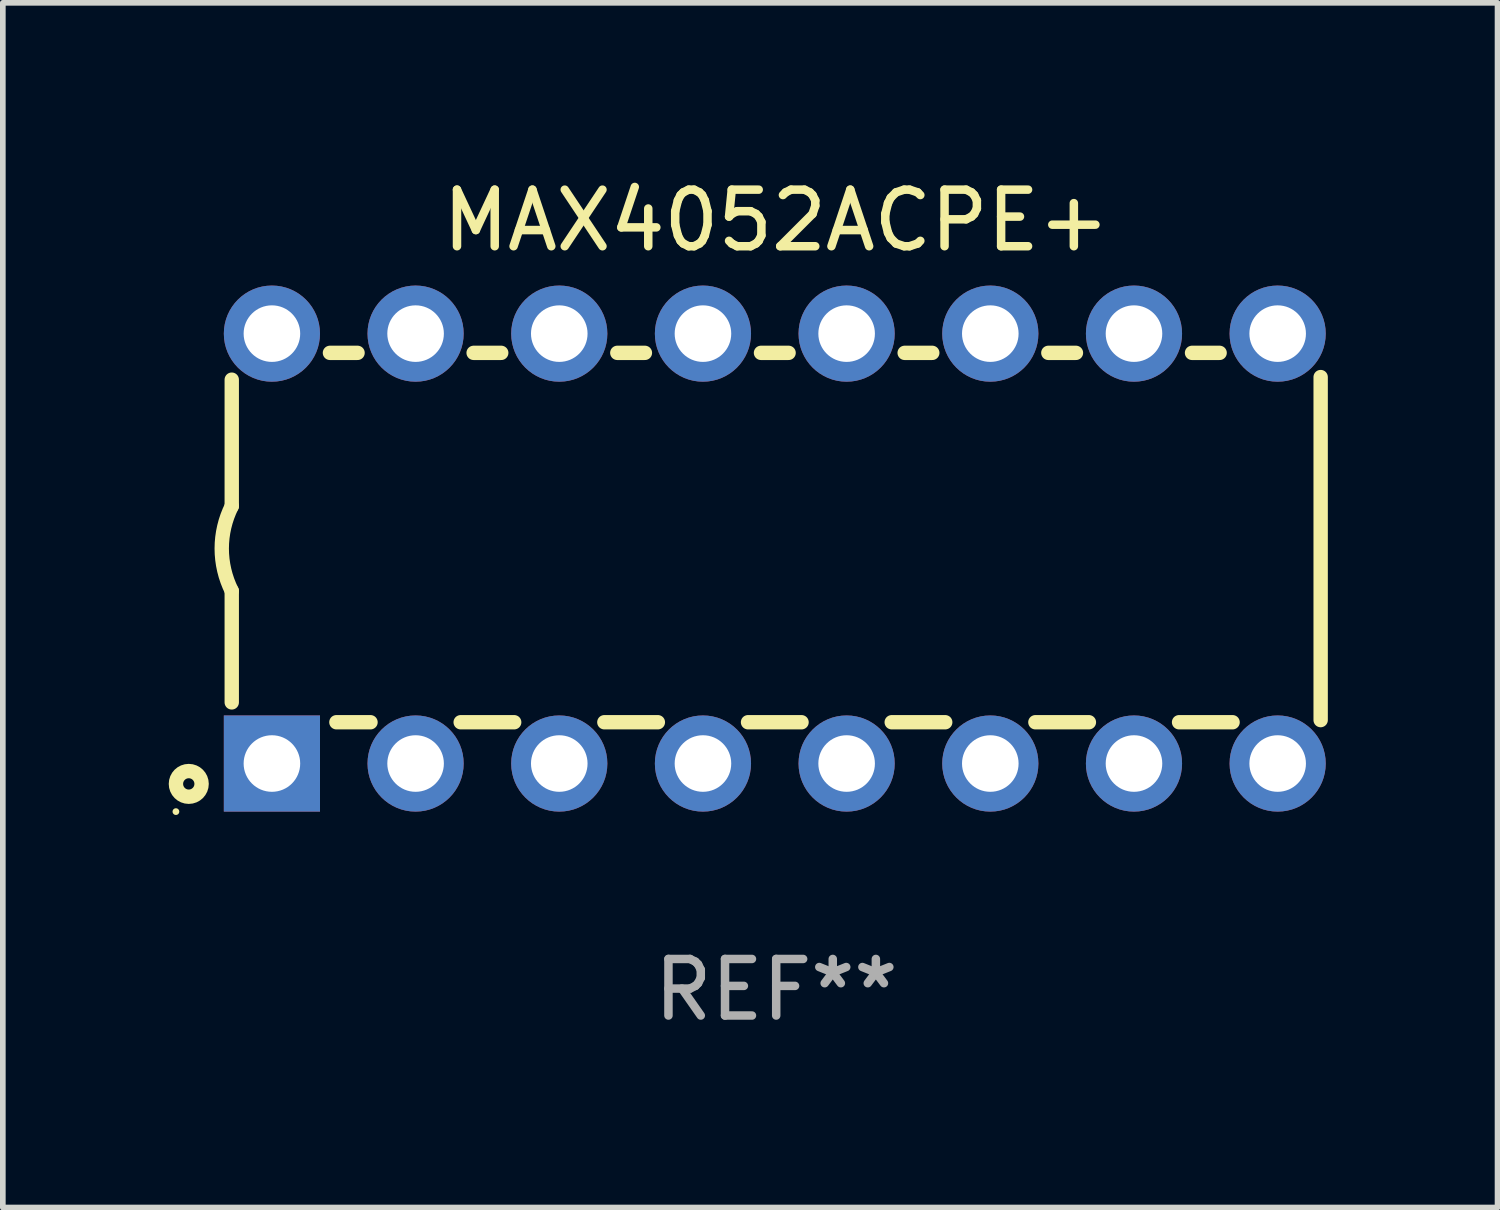
<source format=kicad_pcb>
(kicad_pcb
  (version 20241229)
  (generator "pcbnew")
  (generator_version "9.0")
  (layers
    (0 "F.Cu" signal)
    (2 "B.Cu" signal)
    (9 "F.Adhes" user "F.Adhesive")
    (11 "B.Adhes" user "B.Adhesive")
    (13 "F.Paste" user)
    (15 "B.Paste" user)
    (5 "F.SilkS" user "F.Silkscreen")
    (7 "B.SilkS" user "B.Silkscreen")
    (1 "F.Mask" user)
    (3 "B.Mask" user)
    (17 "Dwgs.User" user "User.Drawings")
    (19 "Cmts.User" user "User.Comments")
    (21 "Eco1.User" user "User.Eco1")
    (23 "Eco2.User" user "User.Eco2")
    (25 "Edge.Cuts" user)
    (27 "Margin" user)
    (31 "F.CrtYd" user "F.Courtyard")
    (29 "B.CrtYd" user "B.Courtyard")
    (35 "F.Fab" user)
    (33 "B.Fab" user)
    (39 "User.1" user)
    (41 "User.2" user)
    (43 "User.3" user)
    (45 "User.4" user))
  (footprint "MAX4052ACPE+"
    (layer "F.Cu")
    (at 10.672 6.648)
    (property "Reference" "MAX4052ACPE+" (at 0 -5.8 0) (layer "F.SilkS") (effects (font (size 1 1) (thickness 0.15))))
    (attr through_hole)
    (fp_line (start -9.625 -0.75) (end -9.625 -2.986) (stroke (width 0.254) (type solid)) (layer "F.SilkS"))
    (fp_line (start -9.625 0.749) (end -9.625 2.719) (stroke (width 0.254) (type solid)) (layer "F.SilkS"))
    (fp_line (start -7.889 -3.46) (end -7.401 -3.46) (stroke (width 0.254) (type solid)) (layer "F.SilkS"))
    (fp_line (start -7.775 3.07) (end -7.172 3.07) (stroke (width 0.254) (type solid)) (layer "F.SilkS"))
    (fp_line (start -5.578 3.07) (end -4.632 3.07) (stroke (width 0.254) (type solid)) (layer "F.SilkS"))
    (fp_line (start -5.349 -3.46) (end -4.861 -3.46) (stroke (width 0.254) (type solid)) (layer "F.SilkS"))
    (fp_line (start -3.038 3.07) (end -2.092 3.07) (stroke (width 0.254) (type solid)) (layer "F.SilkS"))
    (fp_line (start -2.809 -3.46) (end -2.321 -3.46) (stroke (width 0.254) (type solid)) (layer "F.SilkS"))
    (fp_line (start -0.498 3.07) (end 0.448 3.07) (stroke (width 0.254) (type solid)) (layer "F.SilkS"))
    (fp_line (start -0.269 -3.46) (end 0.219 -3.46) (stroke (width 0.254) (type solid)) (layer "F.SilkS"))
    (fp_line (start 2.042 3.07) (end 2.988 3.07) (stroke (width 0.254) (type solid)) (layer "F.SilkS"))
    (fp_line (start 2.271 -3.46) (end 2.759 -3.46) (stroke (width 0.254) (type solid)) (layer "F.SilkS"))
    (fp_line (start 4.582 3.07) (end 5.528 3.07) (stroke (width 0.254) (type solid)) (layer "F.SilkS"))
    (fp_line (start 4.811 -3.46) (end 5.299 -3.46) (stroke (width 0.254) (type solid)) (layer "F.SilkS"))
    (fp_line (start 7.122 3.07) (end 8.068 3.07) (stroke (width 0.254) (type solid)) (layer "F.SilkS"))
    (fp_line (start 7.351 -3.46) (end 7.839 -3.46) (stroke (width 0.254) (type solid)) (layer "F.SilkS"))
    (fp_line (start 9.625 3.032) (end 9.625 -3.032) (stroke (width 0.254) (type solid)) (layer "F.SilkS"))
    (fp_arc (start -9.624993 0.748819) (mid -9.801912 -0.000581) (end -9.625019 -0.749987) (stroke (width 0.254001) (type solid)) (layer "F.SilkS"))
    (fp_circle (center -10.612 4.65) (end -10.582 4.65) (stroke (width 0.06) (type solid)) (fill no) (layer "F.SilkS"))
    (fp_circle (center -10.385 4.16) (end -10.285 4.16) (stroke (width 0.254) (type solid)) (fill no) (layer "F.SilkS"))
    (fp_text user "REF**" (at 0 7.8 0) (layer "F.Fab") (effects (font (size 1 1) (thickness 0.15))))
    (pad "1" thru_hole rect (at -8.915 3.8 90) (size 1.7 1.7) (drill 1) (layers "*.Cu" "*.Mask"))
    (pad "2" thru_hole circle (at -6.375 3.8) (size 1.7 1.7) (drill 1) (layers "*.Cu" "*.Mask"))
    (pad "3" thru_hole circle (at -3.835 3.8) (size 1.7 1.7) (drill 1) (layers "*.Cu" "*.Mask"))
    (pad "4" thru_hole circle (at -1.295 3.8) (size 1.7 1.7) (drill 1) (layers "*.Cu" "*.Mask"))
    (pad "5" thru_hole circle (at 1.245 3.8) (size 1.7 1.7) (drill 1) (layers "*.Cu" "*.Mask"))
    (pad "6" thru_hole circle (at 3.785 3.8) (size 1.7 1.7) (drill 1) (layers "*.Cu" "*.Mask"))
    (pad "7" thru_hole circle (at 6.325 3.8) (size 1.7 1.7) (drill 1) (layers "*.Cu" "*.Mask"))
    (pad "8" thru_hole circle (at 8.865 3.8) (size 1.7 1.7) (drill 1) (layers "*.Cu" "*.Mask"))
    (pad "9" thru_hole circle (at 8.865 -3.8) (size 1.7 1.7) (drill 1) (layers "*.Cu" "*.Mask"))
    (pad "10" thru_hole circle (at 6.325 -3.8) (size 1.7 1.7) (drill 1) (layers "*.Cu" "*.Mask"))
    (pad "11" thru_hole circle (at 3.785 -3.8) (size 1.7 1.7) (drill 1) (layers "*.Cu" "*.Mask"))
    (pad "12" thru_hole circle (at 1.245 -3.8) (size 1.7 1.7) (drill 1) (layers "*.Cu" "*.Mask"))
    (pad "13" thru_hole circle (at -1.295 -3.8) (size 1.7 1.7) (drill 1) (layers "*.Cu" "*.Mask"))
    (pad "14" thru_hole circle (at -3.835 -3.8) (size 1.7 1.7) (drill 1) (layers "*.Cu" "*.Mask"))
    (pad "15" thru_hole circle (at -6.375 -3.8) (size 1.7 1.7) (drill 1) (layers "*.Cu" "*.Mask"))
    (pad "16" thru_hole circle (at -8.915 -3.8) (size 1.7 1.7) (drill 1) (layers "*.Cu" "*.Mask")))
  (gr_rect
    (start -3 -3)
    (end 23.424 18.297)
    (stroke (width 0.1) (type default))
    (fill no)
    (layer "Edge.Cuts")))
</source>
